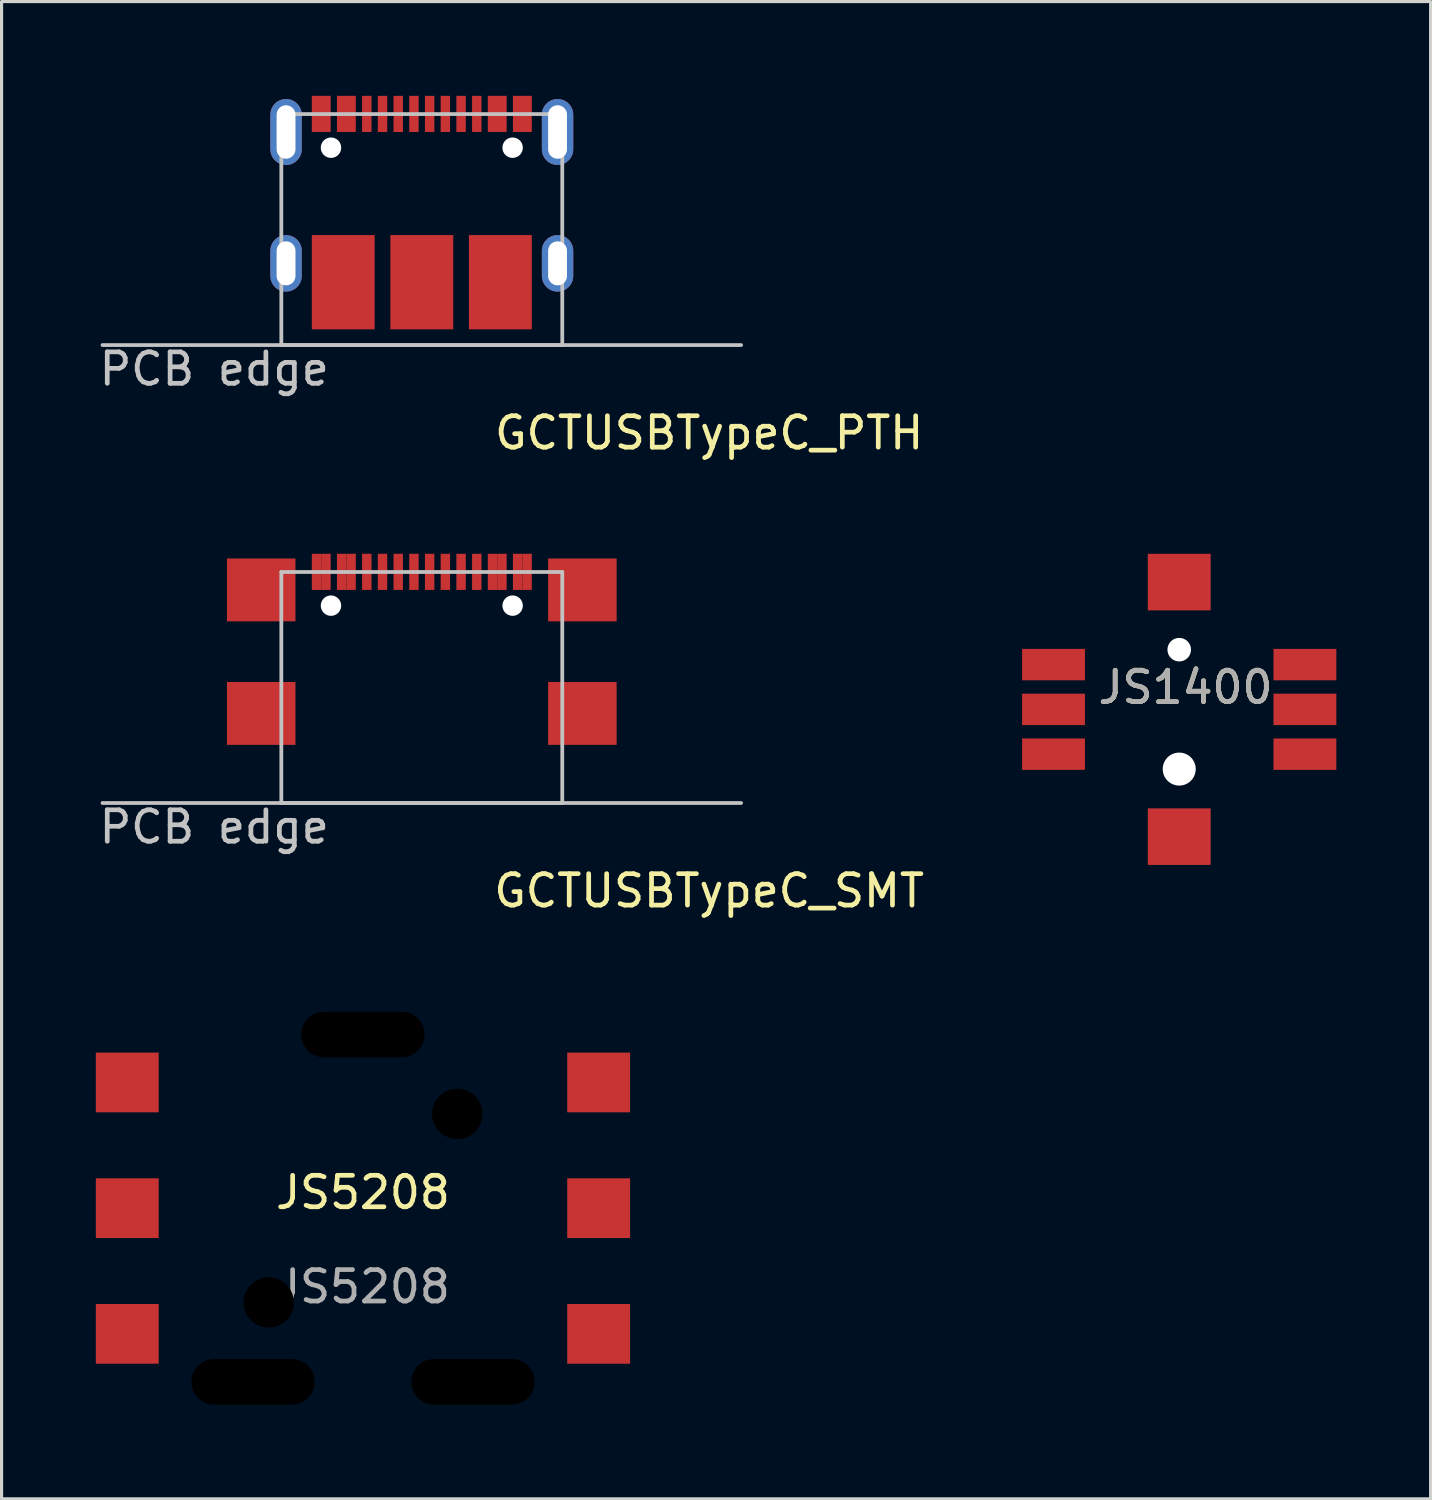
<source format=kicad_pcb>
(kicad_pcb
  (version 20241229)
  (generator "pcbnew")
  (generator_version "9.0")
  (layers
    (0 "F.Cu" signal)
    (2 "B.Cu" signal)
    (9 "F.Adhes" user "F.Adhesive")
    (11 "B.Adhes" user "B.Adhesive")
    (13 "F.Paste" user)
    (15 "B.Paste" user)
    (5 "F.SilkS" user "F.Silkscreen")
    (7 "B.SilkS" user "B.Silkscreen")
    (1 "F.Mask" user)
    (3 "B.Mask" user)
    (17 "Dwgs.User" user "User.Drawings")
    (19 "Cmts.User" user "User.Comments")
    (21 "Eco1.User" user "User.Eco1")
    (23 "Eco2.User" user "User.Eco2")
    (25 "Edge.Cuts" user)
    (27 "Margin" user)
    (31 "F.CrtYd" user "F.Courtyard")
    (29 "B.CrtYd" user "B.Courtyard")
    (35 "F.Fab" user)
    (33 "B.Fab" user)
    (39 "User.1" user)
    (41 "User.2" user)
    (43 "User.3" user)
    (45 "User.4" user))
  (footprint "GCTUSBTypeC_PTH"
    (layer "F.Cu")
    (at 10.372 7.93)
    (property "Reference" "GCTUSBTypeC_PTH" (at 9.144 2.794 0) (layer "F.SilkS") (effects (font (size 1 1) (thickness 0.15))))
    (attr smd)
    (fp_line (start -10.16 0) (end 10.16 0) (stroke (width 0.12) (type solid)) (layer "Dwgs.User"))
    (fp_line (start -4.47 -7.35) (end 4.47 -7.35) (stroke (width 0.12) (type solid)) (layer "Dwgs.User"))
    (fp_line (start -4.47 0) (end -4.47 -7.35) (stroke (width 0.12) (type solid)) (layer "Dwgs.User"))
    (fp_line (start 4.47 -7.35) (end 4.47 0) (stroke (width 0.12) (type solid)) (layer "Dwgs.User"))
    (fp_line (start 4.47 0) (end -4.47 0) (stroke (width 0.12) (type solid)) (layer "Dwgs.User"))
    (fp_text user "PCB edge" (at -6.604 0.762 0) (layer "Dwgs.User") (effects (font (size 1 1) (thickness 0.15))))
    (pad "" np_thru_hole circle (at -2.89 -6.28) (size 0.65 0.65) (drill 0.65) (layers "*.Cu" "*.Mask"))
    (pad "" np_thru_hole circle (at 2.89 -6.28) (size 0.65 0.65) (drill 0.65) (layers "*.Cu" "*.Mask"))
    (pad "A1" smd rect (at -3.2 -7.643) (size 0.6 0.575) (layers "F.Cu" "F.Mask" "F.Paste"))
    (pad "A4" smd rect (at -2.4 -7.643) (size 0.6 0.575) (layers "F.Cu" "F.Mask" "F.Paste"))
    (pad "A5" smd rect (at -1.25 -7.355) (size 0.3 1.15) (layers "F.Cu" "F.Mask" "F.Paste"))
    (pad "A6" smd rect (at -0.25 -7.355) (size 0.3 1.15) (layers "F.Cu" "F.Mask" "F.Paste"))
    (pad "A7" smd rect (at 0.25 -7.355) (size 0.3 1.15) (layers "F.Cu" "F.Mask" "F.Paste"))
    (pad "A8" smd rect (at 1.25 -7.355) (size 0.3 1.15) (layers "F.Cu" "F.Mask" "F.Paste"))
    (pad "A9" smd rect (at 2.4 -7.643) (size 0.6 0.575) (layers "F.Cu" "F.Mask" "F.Paste"))
    (pad "A12" smd rect (at 3.2 -7.643) (size 0.6 0.575) (layers "F.Cu" "F.Mask" "F.Paste"))
    (pad "B1" smd rect (at 3.2 -7.067) (size 0.6 0.575) (layers "F.Cu" "F.Mask" "F.Paste"))
    (pad "B4" smd rect (at 2.4 -7.067) (size 0.6 0.575) (layers "F.Cu" "F.Mask" "F.Paste"))
    (pad "B5" smd rect (at 1.75 -7.355) (size 0.3 1.15) (layers "F.Cu" "F.Mask" "F.Paste"))
    (pad "B6" smd rect (at 0.75 -7.355) (size 0.3 1.15) (layers "F.Cu" "F.Mask" "F.Paste"))
    (pad "B7" smd rect (at -0.75 -7.355) (size 0.3 1.15) (layers "F.Cu" "F.Mask" "F.Paste"))
    (pad "B8" smd rect (at -1.75 -7.355) (size 0.3 1.15) (layers "F.Cu" "F.Mask" "F.Paste"))
    (pad "B9" smd rect (at -2.4 -7.067) (size 0.6 0.575) (layers "F.Cu" "F.Mask" "F.Paste"))
    (pad "B12" smd rect (at -3.2 -7.067) (size 0.6 0.575) (layers "F.Cu" "F.Mask" "F.Paste"))
    (pad "S1" thru_hole oval (at -4.32 -6.78) (size 1 2.1) (drill oval 0.6 1.7) (layers "*.Cu" "*.Mask"))
    (pad "S1" thru_hole oval (at -4.32 -2.6) (size 1 1.8) (drill oval 0.6 1.4) (layers "*.Cu" "*.Mask"))
    (pad "S1" smd rect (at -2.5 -2) (size 2 3) (layers "F.Cu" "F.Mask" "F.Paste"))
    (pad "S1" smd rect (at 0 -2) (size 2 3) (layers "F.Cu" "F.Mask" "F.Paste"))
    (pad "S1" smd rect (at 2.5 -2) (size 2 3) (layers "F.Cu" "F.Mask" "F.Paste"))
    (pad "S1" thru_hole oval (at 4.32 -6.78) (size 1 2.1) (drill oval 0.6 1.7) (layers "*.Cu" "*.Mask"))
    (pad "S1" thru_hole oval (at 4.32 -2.6) (size 1 1.8) (drill oval 0.6 1.4) (layers "*.Cu" "*.Mask")))
  (footprint "JS1400"
    (layer "F.Cu")
    (at 34.474 19.523)
    (property "Reference" "JS1400" (at 0.2 -0.7 0) (unlocked yes) (layer "F.SilkS") (effects (font (size 1 1) (thickness 0.15))))
    (attr smd)
    (fp_rect (start -1 -4.95) (end 1 -3.15) (stroke (width 0.001) (type solid)) (fill yes) (layer "F.Cu"))
    (fp_rect (start -1 4.95) (end 1 3.15) (stroke (width 0.001) (type solid)) (fill yes) (layer "F.Cu"))
    (fp_line (start -3.7 -2.1) (end -1.95 -3.85) (stroke (width 0.12) (type solid)) (layer "User.1"))
    (fp_line (start -3.7 2.1) (end -3.7 -2.1) (stroke (width 0.12) (type solid)) (layer "User.1"))
    (fp_line (start -3.7 2.1) (end -1.95 3.85) (stroke (width 0.12) (type solid)) (layer "User.1"))
    (fp_line (start -1.95 -3.85) (end 1.95 -3.85) (stroke (width 0.12) (type solid)) (layer "User.1"))
    (fp_line (start -1.95 3.85) (end 1.95 3.85) (stroke (width 0.12) (type solid)) (layer "User.1"))
    (fp_line (start 1.95 -3.85) (end 3.7 -2.1) (stroke (width 0.12) (type solid)) (layer "User.1"))
    (fp_line (start 3.7 -2.1) (end 3.7 2.1) (stroke (width 0.12) (type solid)) (layer "User.1"))
    (fp_line (start 3.7 2.1) (end 1.95 3.85) (stroke (width 0.12) (type solid)) (layer "User.1"))
    (fp_text user "${REFERENCE}" (at 0.2 -0.7 0) (unlocked yes) (layer "F.Fab") (effects (font (size 1 1) (thickness 0.15))))
    (fp_text user "A" (at -1.5 -1.925 0) (unlocked yes) (layer "User.1") (effects (font (size 1 1) (thickness 0.1))))
    (fp_text user "C" (at -1.5 1.5 0) (unlocked yes) (layer "User.1") (effects (font (size 1 1) (thickness 0.1))))
    (fp_text user "B" (at 1.475 -1.925 0) (unlocked yes) (layer "User.1") (effects (font (size 1 1) (thickness 0.1))))
    (fp_text user "D" (at 1.45 1.525 0) (unlocked yes) (layer "User.1") (effects (font (size 1 1) (thickness 0.1))))
    (pad "" np_thru_hole circle (at 0 -1.9) (size 0.75 0.75) (drill 0.75) (layers "*.Cu" "*.Mask"))
    (pad "" np_thru_hole circle (at 0 1.9) (size 1.05 1.05) (drill 1.05) (layers "*.Cu" "*.Mask"))
    (pad "A" smd rect (at -4 -1.425) (size 2 1) (layers "F.Cu" "F.Mask" "F.Paste"))
    (pad "B" smd rect (at 4 -1.425) (size 2 1) (layers "F.Cu" "F.Mask" "F.Paste"))
    (pad "C" smd rect (at -4 1.425) (size 2 1) (layers "F.Cu" "F.Mask" "F.Paste"))
    (pad "COM" smd rect (at 4 0) (size 2 1) (layers "F.Cu" "F.Mask" "F.Paste"))
    (pad "D" smd rect (at 4 1.425) (size 2 1) (layers "F.Cu" "F.Mask" "F.Paste"))
    (pad "PUSH" smd rect (at -4 0) (size 2 1) (layers "F.Cu" "F.Mask" "F.Paste")))
  (footprint "GCTUSBTypeC_SMT"
    (layer "F.Cu")
    (at 10.372 22.502)
    (property "Reference" "GCTUSBTypeC_SMT" (at 9.144 2.794 0) (layer "F.SilkS") (effects (font (size 1 1) (thickness 0.15))))
    (attr smd)
    (fp_line (start -10.16 0) (end 10.16 0) (stroke (width 0.12) (type solid)) (layer "Dwgs.User"))
    (fp_line (start -4.47 -7.35) (end 4.47 -7.35) (stroke (width 0.12) (type solid)) (layer "Dwgs.User"))
    (fp_line (start -4.47 0) (end -4.47 -7.35) (stroke (width 0.12) (type solid)) (layer "Dwgs.User"))
    (fp_line (start 4.47 -7.35) (end 4.47 0) (stroke (width 0.12) (type solid)) (layer "Dwgs.User"))
    (fp_line (start 4.47 0) (end -4.47 0) (stroke (width 0.12) (type solid)) (layer "Dwgs.User"))
    (fp_text user "PCB edge" (at -6.604 0.762 0) (layer "Dwgs.User") (effects (font (size 1 1) (thickness 0.15))))
    (pad "" np_thru_hole circle (at -2.89 -6.28) (size 0.65 0.65) (drill 0.65) (layers "*.Cu" "*.Mask"))
    (pad "" np_thru_hole circle (at 2.89 -6.28) (size 0.65 0.65) (drill 0.65) (layers "*.Cu" "*.Mask"))
    (pad "A1" smd rect (at -3.35 -7.355) (size 0.3 1.15) (layers "F.Cu" "F.Mask" "F.Paste"))
    (pad "A4" smd rect (at -2.55 -7.355) (size 0.3 1.15) (layers "F.Cu" "F.Mask" "F.Paste"))
    (pad "A5" smd rect (at -1.25 -7.355) (size 0.3 1.15) (layers "F.Cu" "F.Mask" "F.Paste"))
    (pad "A6" smd rect (at -0.25 -7.355) (size 0.3 1.15) (layers "F.Cu" "F.Mask" "F.Paste"))
    (pad "A7" smd rect (at 0.25 -7.355) (size 0.3 1.15) (layers "F.Cu" "F.Mask" "F.Paste"))
    (pad "A8" smd rect (at 1.25 -7.355) (size 0.3 1.15) (layers "F.Cu" "F.Mask" "F.Paste"))
    (pad "A9" smd rect (at 2.55 -7.355) (size 0.3 1.15) (layers "F.Cu" "F.Mask" "F.Paste"))
    (pad "A12" smd rect (at 3.35 -7.355) (size 0.3 1.15) (layers "F.Cu" "F.Mask" "F.Paste"))
    (pad "B1" smd rect (at 3.05 -7.355) (size 0.3 1.15) (layers "F.Cu" "F.Mask" "F.Paste"))
    (pad "B4" smd rect (at 2.25 -7.355) (size 0.3 1.15) (layers "F.Cu" "F.Mask" "F.Paste"))
    (pad "B5" smd rect (at 1.75 -7.355) (size 0.3 1.15) (layers "F.Cu" "F.Mask" "F.Paste"))
    (pad "B6" smd rect (at 0.75 -7.355) (size 0.3 1.15) (layers "F.Cu" "F.Mask" "F.Paste"))
    (pad "B7" smd rect (at -0.75 -7.355) (size 0.3 1.15) (layers "F.Cu" "F.Mask" "F.Paste"))
    (pad "B8" smd rect (at -1.75 -7.355) (size 0.3 1.15) (layers "F.Cu" "F.Mask" "F.Paste"))
    (pad "B9" smd rect (at -2.25 -7.355) (size 0.3 1.15) (layers "F.Cu" "F.Mask" "F.Paste"))
    (pad "B12" smd rect (at -3.05 -7.355) (size 0.3 1.15) (layers "F.Cu" "F.Mask" "F.Paste"))
    (pad "S1" smd rect (at -5.11 -6.78) (size 2.18 2) (layers "F.Cu" "F.Mask" "F.Paste"))
    (pad "S1" smd rect (at -5.11 -2.85) (size 2.18 2) (layers "F.Cu" "F.Mask" "F.Paste"))
    (pad "S1" smd rect (at 5.11 -6.78) (size 2.18 2) (layers "F.Cu" "F.Mask" "F.Paste"))
    (pad "S1" smd rect (at 5.11 -2.85) (size 2.18 2) (layers "F.Cu" "F.Mask" "F.Paste")))
  (footprint "JS5208"
    (layer "F.Cu")
    (at 8.5 35.395)
    (property "Reference" "JS5208" (at 0 -0.5 0) (unlocked yes) (layer "F.SilkS") (effects (font (size 1 1) (thickness 0.15))))
    (attr smd)
    (fp_text user "${REFERENCE}" (at 0 2.5 0) (unlocked yes) (layer "F.Fab") (effects (font (size 1 1) (thickness 0.15))))
    (fp_text user "D" (at 5.105 0 0) (unlocked yes) (layer "User.1") (effects (font (size 1 1) (thickness 0.15))))
    (fp_text user "B" (at -5.055 0 0) (unlocked yes) (layer "User.1") (effects (font (size 1 1) (thickness 0.15))))
    (fp_text user "A" (at -0.025 -3.683 0) (unlocked yes) (layer "User.1") (effects (font (size 1 1) (thickness 0.15))))
    (fp_text user "C" (at -0.025 4.496 0) (unlocked yes) (layer "User.1") (effects (font (size 1 1) (thickness 0.15))))
    (pad "" np_thru_hole oval (at -3.5 5.525) (size 3.925 1.45) (drill oval 3.925 1.45) (layers "*.Mask"))
    (pad "" np_thru_hole circle (at -3 3) (size 1.6 1.6) (drill 1.6) (layers "*.Mask"))
    (pad "" np_thru_hole oval (at 0 -5.525) (size 3.925 1.45) (drill oval 3.925 1.45) (layers "*.Mask"))
    (pad "" np_thru_hole circle (at 3 -3) (size 1.6 1.6) (drill 1.6) (layers "*.Mask"))
    (pad "" np_thru_hole oval (at 3.5 5.525) (size 3.925 1.45) (drill oval 3.925 1.45) (layers "*.Mask"))
    (pad "A" smd rect (at 7.5 -4) (size 2 1.9) (layers "F.Cu" "F.Mask" "F.Paste"))
    (pad "B" smd rect (at -7.5 0) (size 2 1.9) (layers "F.Cu" "F.Mask" "F.Paste"))
    (pad "C" smd rect (at 7.5 4) (size 2 1.9) (layers "F.Cu" "F.Mask" "F.Paste"))
    (pad "COM" smd rect (at -7.5 -4) (size 2 1.9) (layers "F.Cu" "F.Mask" "F.Paste"))
    (pad "D" smd rect (at 7.5 0) (size 2 1.9) (layers "F.Cu" "F.Mask" "F.Paste"))
    (pad "PUSH" smd rect (at -7.5 4) (size 2 1.9) (layers "F.Cu" "F.Mask" "F.Paste")))
  (gr_rect
    (start -3 -3)
    (end 42.474 44.645)
    (stroke (width 0.1) (type default))
    (fill no)
    (layer "Edge.Cuts")))
</source>
